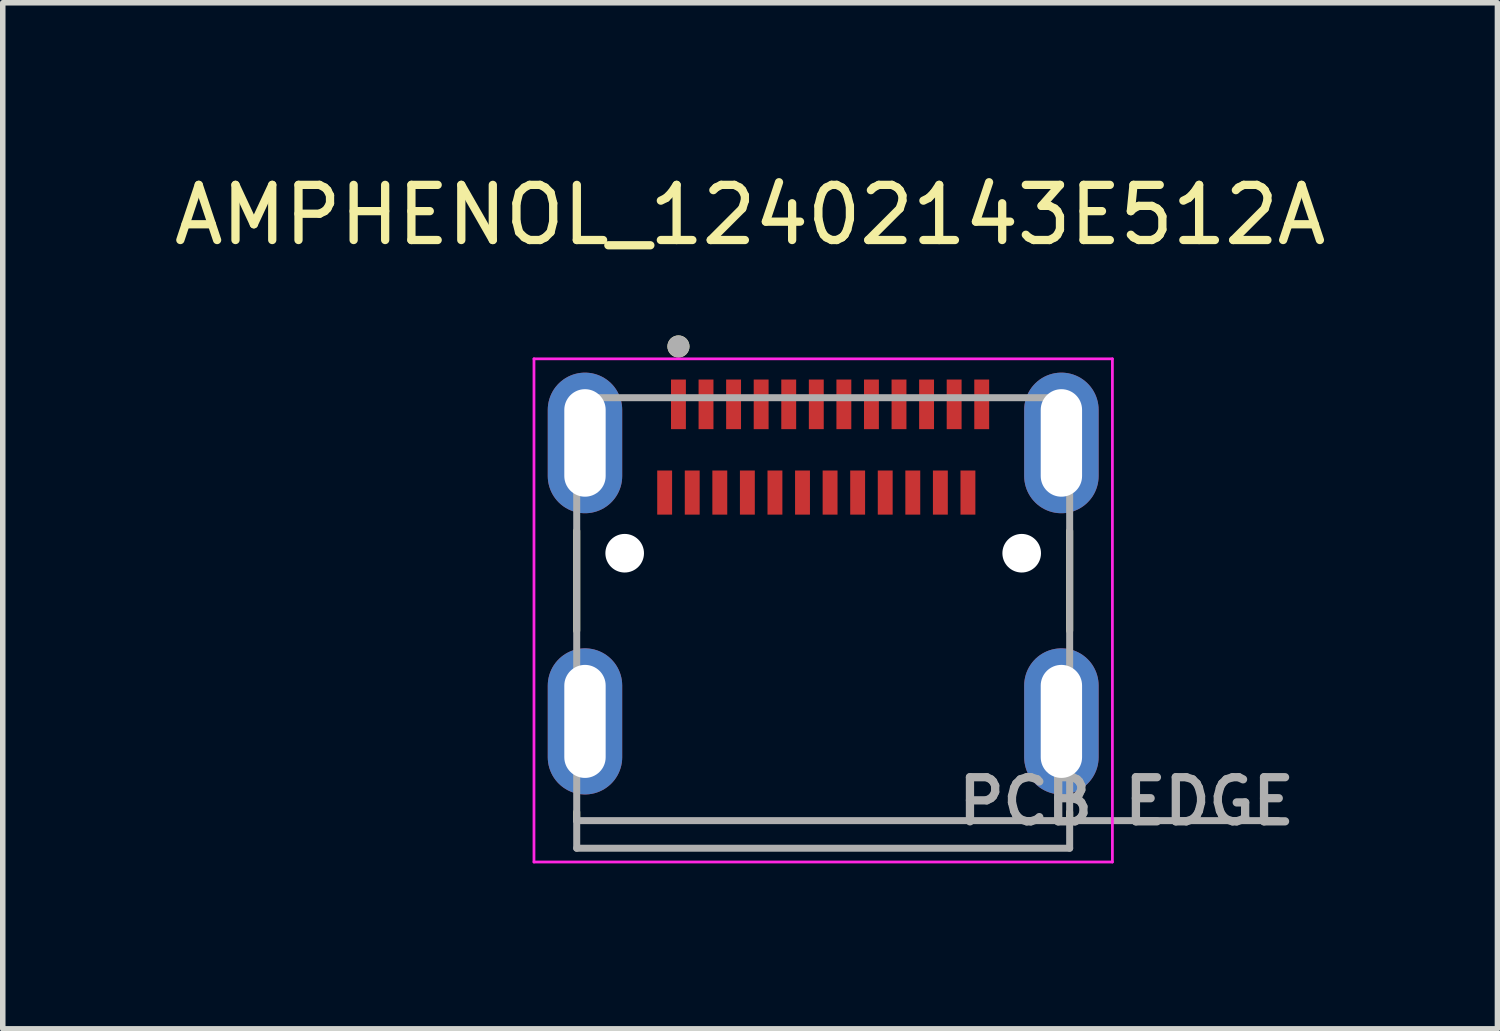
<source format=kicad_pcb>
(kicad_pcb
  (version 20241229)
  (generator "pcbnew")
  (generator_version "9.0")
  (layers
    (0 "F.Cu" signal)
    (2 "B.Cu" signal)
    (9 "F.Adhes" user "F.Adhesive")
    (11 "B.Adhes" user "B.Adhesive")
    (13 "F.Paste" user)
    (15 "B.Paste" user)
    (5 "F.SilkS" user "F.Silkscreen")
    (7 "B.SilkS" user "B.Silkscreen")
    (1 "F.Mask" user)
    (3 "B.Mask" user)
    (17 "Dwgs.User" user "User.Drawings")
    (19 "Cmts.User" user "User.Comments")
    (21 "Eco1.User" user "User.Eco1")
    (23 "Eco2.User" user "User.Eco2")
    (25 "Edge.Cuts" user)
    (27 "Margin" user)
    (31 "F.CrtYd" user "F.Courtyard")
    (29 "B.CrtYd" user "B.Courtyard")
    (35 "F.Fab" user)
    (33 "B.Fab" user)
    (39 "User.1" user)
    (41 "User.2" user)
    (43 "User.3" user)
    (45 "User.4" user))
  (footprint "AMPHENOL_12402143E512A"
    (layer "F.Cu")
    (at 11.879 6.983)
    (property "Reference" "AMPHENOL_12402143E512A" (at -1.325 -6.135 0) (layer "F.SilkS") (effects (font (size 1 1) (thickness 0.15))))
    (attr smd)
    (fp_line (start -4.47 1.405) (end -4.47 -0.405) (stroke (width 0.127) (type solid)) (layer "F.SilkS"))
    (fp_line (start -4.47 4.85) (end -4.47 4.695) (stroke (width 0.127) (type solid)) (layer "F.SilkS"))
    (fp_line (start 4.47 1.405) (end 4.47 -0.405) (stroke (width 0.127) (type solid)) (layer "F.SilkS"))
    (fp_line (start 4.47 4.85) (end 4.47 4.695) (stroke (width 0.127) (type solid)) (layer "F.SilkS"))
    (fp_circle (center -2.625 -3.75) (end -2.525 -3.75) (stroke (width 0.2) (type solid)) (fill no) (layer "F.SilkS"))
    (fp_line (start -5.245 -3.525) (end 5.245 -3.525) (stroke (width 0.05) (type solid)) (layer "F.CrtYd"))
    (fp_line (start -5.245 5.6) (end -5.245 -3.525) (stroke (width 0.05) (type solid)) (layer "F.CrtYd"))
    (fp_line (start 5.245 -3.525) (end 5.245 5.6) (stroke (width 0.05) (type solid)) (layer "F.CrtYd"))
    (fp_line (start 5.245 5.6) (end -5.245 5.6) (stroke (width 0.05) (type solid)) (layer "F.CrtYd"))
    (fp_line (start -4.47 -2.82) (end 4.47 -2.82) (stroke (width 0.127) (type solid)) (layer "F.Fab"))
    (fp_line (start -4.47 4.85) (end -4.47 -2.82) (stroke (width 0.127) (type solid)) (layer "F.Fab"))
    (fp_line (start -4.47 4.85) (end 8.25 4.85) (stroke (width 0.127) (type solid)) (layer "F.Fab"))
    (fp_line (start -4.47 5.35) (end -4.47 4.85) (stroke (width 0.127) (type solid)) (layer "F.Fab"))
    (fp_line (start 4.47 -2.82) (end 4.47 5.35) (stroke (width 0.127) (type solid)) (layer "F.Fab"))
    (fp_line (start 4.47 5.35) (end -4.47 5.35) (stroke (width 0.127) (type solid)) (layer "F.Fab"))
    (fp_circle (center -2.625 -3.75) (end -2.525 -3.75) (stroke (width 0.2) (type solid)) (fill no) (layer "F.Fab"))
    (fp_text user "PCB EDGE" (at 5.5 4.5 0) (layer "F.Fab") (effects (font (size 0.8 0.8) (thickness 0.15))))
    (pad "" np_thru_hole circle (at -3.6 0) (size 0.7 0.7) (drill 0.7) (layers "*.Cu" "*.Mask"))
    (pad "" np_thru_hole circle (at 3.6 0) (size 0.7 0.7) (drill 0.7) (layers "*.Cu" "*.Mask"))
    (pad "A1" smd rect (at -2.625 -2.7) (size 0.27 0.9) (layers "F.Cu" "F.Mask" "F.Paste"))
    (pad "A2" smd rect (at -2.125 -2.7) (size 0.27 0.9) (layers "F.Cu" "F.Mask" "F.Paste"))
    (pad "A3" smd rect (at -1.625 -2.7) (size 0.27 0.9) (layers "F.Cu" "F.Mask" "F.Paste"))
    (pad "A4" smd rect (at -1.125 -2.7) (size 0.27 0.9) (layers "F.Cu" "F.Mask" "F.Paste"))
    (pad "A5" smd rect (at -0.625 -2.7) (size 0.27 0.9) (layers "F.Cu" "F.Mask" "F.Paste"))
    (pad "A6" smd rect (at -0.125 -2.7) (size 0.27 0.9) (layers "F.Cu" "F.Mask" "F.Paste"))
    (pad "A7" smd rect (at 0.375 -2.7) (size 0.27 0.9) (layers "F.Cu" "F.Mask" "F.Paste"))
    (pad "A8" smd rect (at 0.875 -2.7) (size 0.27 0.9) (layers "F.Cu" "F.Mask" "F.Paste"))
    (pad "A9" smd rect (at 1.375 -2.7) (size 0.27 0.9) (layers "F.Cu" "F.Mask" "F.Paste"))
    (pad "A10" smd rect (at 1.875 -2.7) (size 0.27 0.9) (layers "F.Cu" "F.Mask" "F.Paste"))
    (pad "A11" smd rect (at 2.375 -2.7) (size 0.27 0.9) (layers "F.Cu" "F.Mask" "F.Paste"))
    (pad "A12" smd rect (at 2.875 -2.7) (size 0.27 0.9) (layers "F.Cu" "F.Mask" "F.Paste"))
    (pad "B1" smd rect (at 2.625 -1.1) (size 0.27 0.8) (layers "F.Cu" "F.Mask" "F.Paste"))
    (pad "B2" smd rect (at 2.125 -1.1) (size 0.27 0.8) (layers "F.Cu" "F.Mask" "F.Paste"))
    (pad "B3" smd rect (at 1.625 -1.1) (size 0.27 0.8) (layers "F.Cu" "F.Mask" "F.Paste"))
    (pad "B4" smd rect (at 1.125 -1.1) (size 0.27 0.8) (layers "F.Cu" "F.Mask" "F.Paste"))
    (pad "B5" smd rect (at 0.625 -1.1) (size 0.27 0.8) (layers "F.Cu" "F.Mask" "F.Paste"))
    (pad "B6" smd rect (at 0.125 -1.1) (size 0.27 0.8) (layers "F.Cu" "F.Mask" "F.Paste"))
    (pad "B7" smd rect (at -0.375 -1.1) (size 0.27 0.8) (layers "F.Cu" "F.Mask" "F.Paste"))
    (pad "B8" smd rect (at -0.875 -1.1) (size 0.27 0.8) (layers "F.Cu" "F.Mask" "F.Paste"))
    (pad "B9" smd rect (at -1.375 -1.1) (size 0.27 0.8) (layers "F.Cu" "F.Mask" "F.Paste"))
    (pad "B10" smd rect (at -1.875 -1.1) (size 0.27 0.8) (layers "F.Cu" "F.Mask" "F.Paste"))
    (pad "B11" smd rect (at -2.375 -1.1) (size 0.27 0.8) (layers "F.Cu" "F.Mask" "F.Paste"))
    (pad "B12" smd rect (at -2.875 -1.1) (size 0.27 0.8) (layers "F.Cu" "F.Mask" "F.Paste"))
    (pad "SH1" thru_hole oval (at -4.32 -2) (size 1.35 2.55) (drill oval 0.75 1.95) (layers "*.Cu" "*.Mask"))
    (pad "SH2" thru_hole oval (at 4.32 -2) (size 1.35 2.55) (drill oval 0.75 1.95) (layers "*.Cu" "*.Mask"))
    (pad "SH3" thru_hole oval (at -4.32 3.05) (size 1.35 2.65) (drill oval 0.75 2.05) (layers "*.Cu" "*.Mask"))
    (pad "SH4" thru_hole oval (at 4.32 3.05) (size 1.35 2.65) (drill oval 0.75 2.05) (layers "*.Cu" "*.Mask")))
  (gr_rect
    (start -3 -3)
    (end 24.107 15.608)
    (stroke (width 0.1) (type default))
    (fill no)
    (layer "Edge.Cuts")))
</source>
